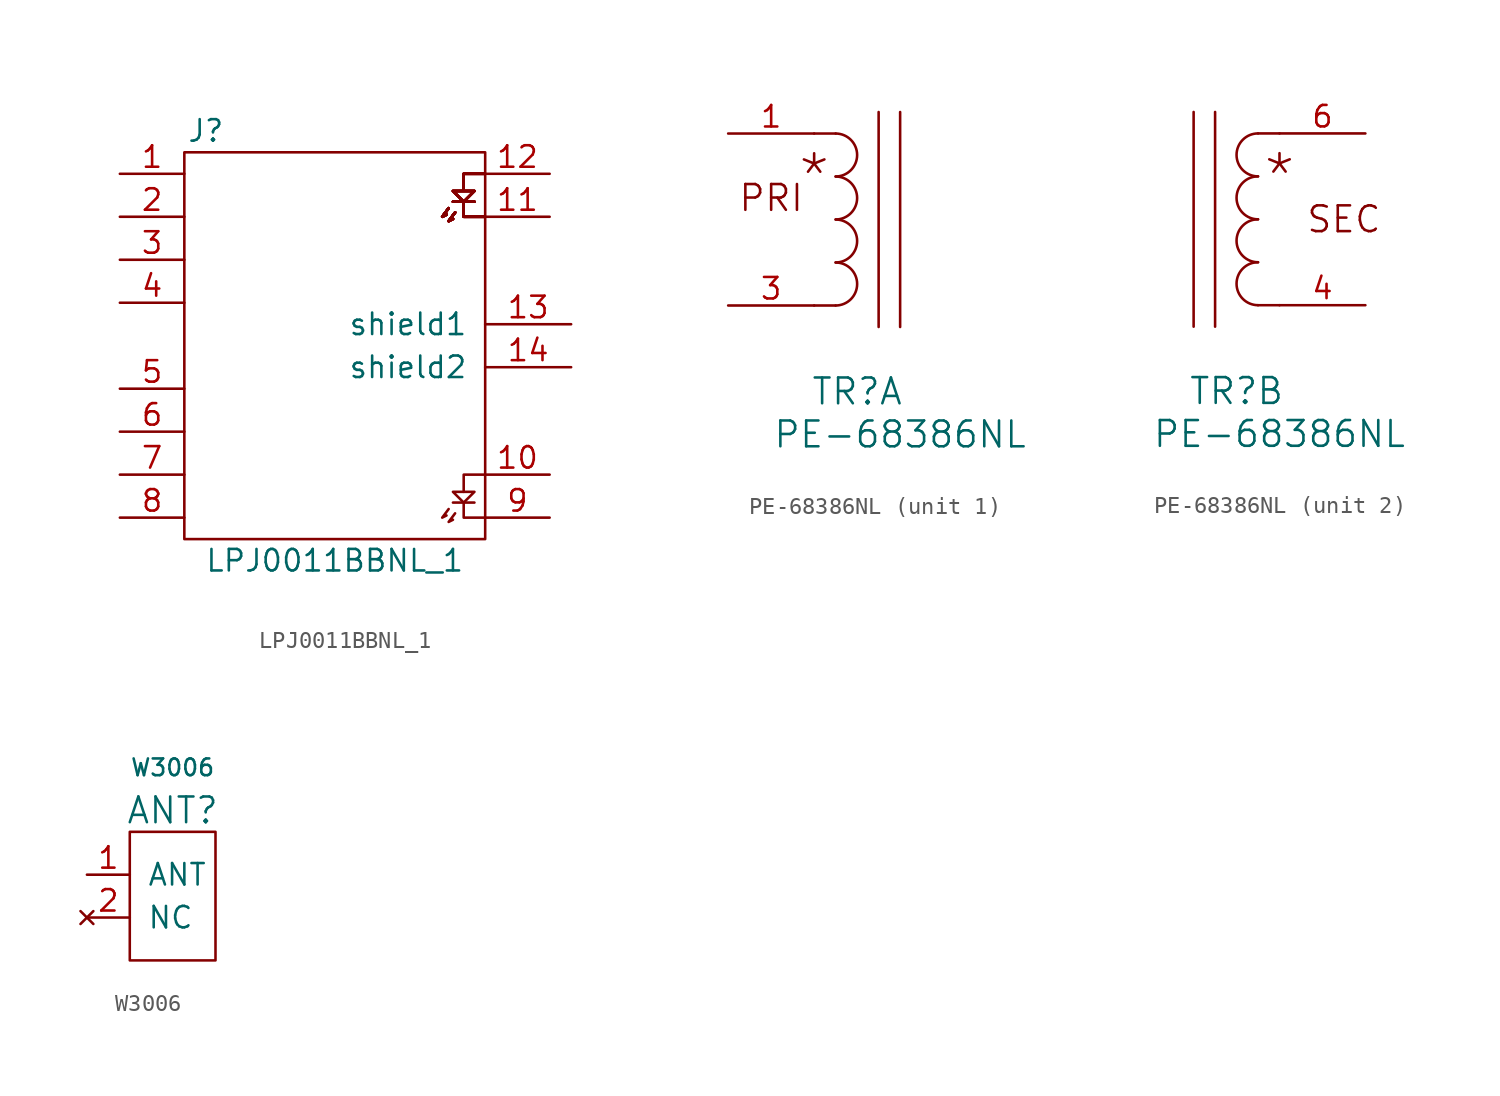
<source format=kicad_sym>
(kicad_symbol_lib
  (version 20220914)
  (generator kicad_symbol_editor)
  (symbol "LPJ0011BBNL_1"
    (pin_names
      (offset 1.016))
    (property "Reference" "J"
      (at -7.62 12.7 0)
      (effects (font (size 1.27 1.27))))
    (property "Value" "LPJ0011BBNL_1"
      (at 0 -12.7 0)
      (effects (font (size 1.27 1.27))))
    (property "Footprint" ""
      (at -1.27 0 90)
      (effects (font (size 1.27 1.27))))
    (property "Datasheet" ""
      (at -1.27 0 90)
      (effects (font (size 1.27 1.27))))
    (symbol "LPJ0011BBNL_1_0_1"
      (rectangle (start -8.89 11.43) (end 8.89 -11.43) (stroke (width 0) (type solid)) (fill (type none)))
      (polyline (pts (xy 8.255 -9.271) (xy 6.985 -9.271)) (stroke (width 0) (type solid)) (fill (type none)))
      (polyline (pts (xy 6.731 -9.652) (xy 6.35 -10.16) (xy 6.604 -10.033)) (stroke (width 0) (type solid)) (fill (type none)))
      (polyline (pts (xy 6.731 8.128) (xy 6.35 7.62) (xy 6.604 7.747)) (stroke (width 0) (type solid)) (fill (type none)))
      (polyline (pts (xy 6.731 8.128) (xy 6.35 7.62) (xy 6.604 7.747)) (stroke (width 0) (type solid)) (fill (type none)))
      (polyline (pts (xy 6.731 8.128) (xy 6.35 7.62) (xy 6.604 7.747)) (stroke (width 0) (type solid)) (fill (type none)))
      (polyline (pts (xy 6.731 8.128) (xy 6.35 7.62) (xy 6.604 7.747)) (stroke (width 0) (type solid)) (fill (type none)))
      (polyline (pts (xy 6.731 8.128) (xy 6.35 7.62) (xy 6.604 7.747)) (stroke (width 0) (type solid)) (fill (type none)))
      (polyline (pts (xy 6.731 8.128) (xy 6.35 7.62) (xy 6.604 7.747)) (stroke (width 0) (type solid)) (fill (type none)))
      (polyline (pts (xy 6.731 8.128) (xy 6.35 7.62) (xy 6.604 7.747)) (stroke (width 0) (type solid)) (fill (type none)))
      (polyline (pts (xy 6.731 8.128) (xy 6.35 7.62) (xy 6.604 7.747)) (stroke (width 0) (type solid)) (fill (type none)))
      (polyline (pts (xy 6.731 8.128) (xy 6.35 7.62) (xy 6.604 7.747)) (stroke (width 0) (type solid)) (fill (type none)))
      (polyline (pts (xy 6.731 8.128) (xy 6.35 7.62) (xy 6.604 7.747)) (stroke (width 0) (type solid)) (fill (type none)))
      (polyline (pts (xy 6.731 8.128) (xy 6.35 7.62) (xy 6.604 7.747)) (stroke (width 0) (type solid)) (fill (type none)))
      (polyline (pts (xy 6.731 8.128) (xy 6.35 7.62) (xy 6.604 7.747)) (stroke (width 0) (type solid)) (fill (type none)))
      (polyline (pts (xy 6.731 8.128) (xy 6.35 7.62) (xy 6.604 7.747)) (stroke (width 0) (type solid)) (fill (type none)))
      (polyline (pts (xy 6.731 8.128) (xy 6.35 7.62) (xy 6.604 7.747)) (stroke (width 0) (type solid)) (fill (type none)))
      (polyline (pts (xy 6.731 8.128) (xy 6.35 7.62) (xy 6.604 7.747)) (stroke (width 0) (type solid)) (fill (type none)))
      (polyline (pts (xy 6.731 8.128) (xy 6.35 7.62) (xy 6.604 7.747)) (stroke (width 0) (type solid)) (fill (type none)))
      (polyline (pts (xy 7.112 -9.906) (xy 6.731 -10.414) (xy 6.985 -10.287)) (stroke (width 0) (type solid)) (fill (type none)))
      (polyline (pts (xy 7.112 7.874) (xy 6.731 7.366) (xy 6.985 7.493)) (stroke (width 0) (type solid)) (fill (type none)))
      (polyline (pts (xy 7.112 7.874) (xy 6.731 7.366) (xy 6.985 7.493)) (stroke (width 0) (type solid)) (fill (type none)))
      (polyline (pts (xy 7.112 7.874) (xy 6.731 7.366) (xy 6.985 7.493)) (stroke (width 0) (type solid)) (fill (type none)))
      (polyline (pts (xy 7.112 7.874) (xy 6.731 7.366) (xy 6.985 7.493)) (stroke (width 0) (type solid)) (fill (type none)))
      (polyline (pts (xy 7.112 7.874) (xy 6.731 7.366) (xy 6.985 7.493)) (stroke (width 0) (type solid)) (fill (type none)))
      (polyline (pts (xy 7.112 7.874) (xy 6.731 7.366) (xy 6.985 7.493)) (stroke (width 0) (type solid)) (fill (type none)))
      (polyline (pts (xy 7.112 7.874) (xy 6.731 7.366) (xy 6.985 7.493)) (stroke (width 0) (type solid)) (fill (type none)))
      (polyline (pts (xy 7.112 7.874) (xy 6.731 7.366) (xy 6.985 7.493)) (stroke (width 0) (type solid)) (fill (type none)))
      (polyline (pts (xy 7.112 7.874) (xy 6.731 7.366) (xy 6.985 7.493)) (stroke (width 0) (type solid)) (fill (type none)))
      (polyline (pts (xy 7.112 7.874) (xy 6.731 7.366) (xy 6.985 7.493)) (stroke (width 0) (type solid)) (fill (type none)))
      (polyline (pts (xy 7.112 7.874) (xy 6.731 7.366) (xy 6.985 7.493)) (stroke (width 0) (type solid)) (fill (type none)))
      (polyline (pts (xy 7.112 7.874) (xy 6.731 7.366) (xy 6.985 7.493)) (stroke (width 0) (type solid)) (fill (type none)))
      (polyline (pts (xy 7.112 7.874) (xy 6.731 7.366) (xy 6.985 7.493)) (stroke (width 0) (type solid)) (fill (type none)))
      (polyline (pts (xy 7.112 7.874) (xy 6.731 7.366) (xy 6.985 7.493)) (stroke (width 0) (type solid)) (fill (type none)))
      (polyline (pts (xy 7.112 7.874) (xy 6.731 7.366) (xy 6.985 7.493)) (stroke (width 0) (type solid)) (fill (type none)))
      (polyline (pts (xy 7.112 7.874) (xy 6.731 7.366) (xy 6.985 7.493)) (stroke (width 0) (type solid)) (fill (type none)))
      (polyline (pts (xy 7.62 -9.271) (xy 7.62 -10.16) (xy 8.89 -10.16)) (stroke (width 0) (type solid)) (fill (type none)))
      (polyline (pts (xy 8.89 -7.62) (xy 7.62 -7.62) (xy 7.62 -8.636)) (stroke (width 0) (type solid)) (fill (type none)))
      (polyline (pts (xy 8.89 7.62) (xy 7.62 7.62) (xy 7.62 8.128)) (stroke (width 0) (type solid)) (fill (type none)))
      (polyline (pts (xy 8.89 7.62) (xy 7.62 7.62) (xy 7.62 8.128)) (stroke (width 0) (type solid)) (fill (type none)))
      (polyline (pts (xy 8.89 7.62) (xy 7.62 7.62) (xy 7.62 8.128)) (stroke (width 0) (type solid)) (fill (type none)))
      (polyline (pts (xy 8.89 7.62) (xy 7.62 7.62) (xy 7.62 8.128)) (stroke (width 0) (type solid)) (fill (type none)))
      (polyline (pts (xy 8.89 7.62) (xy 7.62 7.62) (xy 7.62 8.128)) (stroke (width 0) (type solid)) (fill (type none)))
      (polyline (pts (xy 8.89 7.62) (xy 7.62 7.62) (xy 7.62 8.128)) (stroke (width 0) (type solid)) (fill (type none)))
      (polyline (pts (xy 8.89 7.62) (xy 7.62 7.62) (xy 7.62 8.128)) (stroke (width 0) (type solid)) (fill (type none)))
      (polyline (pts (xy 8.89 7.62) (xy 7.62 7.62) (xy 7.62 8.128)) (stroke (width 0) (type solid)) (fill (type none)))
      (polyline (pts (xy 8.89 10.16) (xy 7.62 10.16) (xy 7.62 9.652)) (stroke (width 0) (type solid)) (fill (type none)))
      (polyline (pts (xy 8.89 10.16) (xy 7.62 10.16) (xy 7.62 9.652)) (stroke (width 0) (type solid)) (fill (type none)))
      (polyline (pts (xy 8.89 10.16) (xy 7.62 10.16) (xy 7.62 9.652)) (stroke (width 0) (type solid)) (fill (type none)))
      (polyline (pts (xy 8.89 10.16) (xy 7.62 10.16) (xy 7.62 9.652)) (stroke (width 0) (type solid)) (fill (type none)))
      (polyline (pts (xy 8.89 10.16) (xy 7.62 10.16) (xy 7.62 9.652)) (stroke (width 0) (type solid)) (fill (type none)))
      (polyline (pts (xy 8.89 10.16) (xy 7.62 10.16) (xy 7.62 9.652)) (stroke (width 0) (type solid)) (fill (type none)))
      (polyline (pts (xy 8.89 10.16) (xy 7.62 10.16) (xy 7.62 9.652)) (stroke (width 0) (type solid)) (fill (type none)))
      (polyline (pts (xy 8.89 10.16) (xy 7.62 10.16) (xy 7.62 9.652)) (stroke (width 0) (type solid)) (fill (type none)))
      (polyline (pts (xy 8.255 8.509) (xy 6.985 8.509) (xy 7.62 8.509) (xy 7.62 7.874)) (stroke (width 0) (type solid)) (fill (type none)))
      (polyline (pts (xy 8.255 8.509) (xy 6.985 8.509) (xy 7.62 8.509) (xy 7.62 7.874)) (stroke (width 0) (type solid)) (fill (type none)))
      (polyline (pts (xy 8.255 8.509) (xy 6.985 8.509) (xy 7.62 8.509) (xy 7.62 7.874)) (stroke (width 0) (type solid)) (fill (type none)))
      (polyline (pts (xy 8.255 8.509) (xy 6.985 8.509) (xy 7.62 8.509) (xy 7.62 7.874)) (stroke (width 0) (type solid)) (fill (type none)))
      (polyline (pts (xy 8.255 8.509) (xy 6.985 8.509) (xy 7.62 8.509) (xy 7.62 7.874)) (stroke (width 0) (type solid)) (fill (type none)))
      (polyline (pts (xy 8.255 8.509) (xy 6.985 8.509) (xy 7.62 8.509) (xy 7.62 7.874)) (stroke (width 0) (type solid)) (fill (type none)))
      (polyline (pts (xy 8.255 8.509) (xy 6.985 8.509) (xy 7.62 8.509) (xy 7.62 7.874)) (stroke (width 0) (type solid)) (fill (type none)))
      (polyline (pts (xy 8.255 8.509) (xy 6.985 8.509) (xy 7.62 8.509) (xy 7.62 7.874)) (stroke (width 0) (type solid)) (fill (type none)))
      (polyline (pts (xy 7.62 -8.636) (xy 8.255 -8.636) (xy 7.62 -9.271) (xy 6.985 -8.636) (xy 7.62 -8.636)) (stroke (width 0) (type solid)) (fill (type none)))
      (polyline (pts (xy 7.62 9.779) (xy 7.62 9.144) (xy 8.255 9.144) (xy 7.62 8.509) (xy 6.985 9.144) (xy 7.62 9.144)) (stroke (width 0) (type solid)) (fill (type none)))
      (polyline (pts (xy 7.62 9.779) (xy 7.62 9.144) (xy 8.255 9.144) (xy 7.62 8.509) (xy 6.985 9.144) (xy 7.62 9.144)) (stroke (width 0) (type solid)) (fill (type none)))
      (polyline (pts (xy 7.62 9.779) (xy 7.62 9.144) (xy 8.255 9.144) (xy 7.62 8.509) (xy 6.985 9.144) (xy 7.62 9.144)) (stroke (width 0) (type solid)) (fill (type none)))
      (polyline (pts (xy 7.62 9.779) (xy 7.62 9.144) (xy 8.255 9.144) (xy 7.62 8.509) (xy 6.985 9.144) (xy 7.62 9.144)) (stroke (width 0) (type solid)) (fill (type none)))
      (polyline (pts (xy 7.62 9.779) (xy 7.62 9.144) (xy 8.255 9.144) (xy 7.62 8.509) (xy 6.985 9.144) (xy 7.62 9.144)) (stroke (width 0) (type solid)) (fill (type none)))
      (polyline (pts (xy 7.62 9.779) (xy 7.62 9.144) (xy 8.255 9.144) (xy 7.62 8.509) (xy 6.985 9.144) (xy 7.62 9.144)) (stroke (width 0) (type solid)) (fill (type none)))
      (polyline (pts (xy 7.62 9.779) (xy 7.62 9.144) (xy 8.255 9.144) (xy 7.62 8.509) (xy 6.985 9.144) (xy 7.62 9.144)) (stroke (width 0) (type solid)) (fill (type none)))
      (polyline (pts (xy 7.62 9.779) (xy 7.62 9.144) (xy 8.255 9.144) (xy 7.62 8.509) (xy 6.985 9.144) (xy 7.62 9.144)) (stroke (width 0) (type solid)) (fill (type none))))
    (symbol "LPJ0011BBNL_1_1_1"
      (pin passive line (at -12.7 10.16 0) (length 3.81) (name "~" (effects (font (size 1.27 1.27)))) (number "1" (effects (font (size 1.27 1.27)))))
      (pin passive line (at 12.7 -7.62 180) (length 3.81) (name "~" (effects (font (size 1.27 1.27)))) (number "10" (effects (font (size 1.27 1.27)))))
      (pin passive line (at 12.7 7.62 180) (length 3.81) (name "~" (effects (font (size 1.27 1.27)))) (number "11" (effects (font (size 1.27 1.27)))))
      (pin passive line (at 12.7 10.16 180) (length 3.81) (name "~" (effects (font (size 1.27 1.27)))) (number "12" (effects (font (size 1.27 1.27)))))
      (pin passive line (at 13.97 1.27 180) (length 5.08) (name "shield1" (effects (font (size 1.27 1.27)))) (number "13" (effects (font (size 1.27 1.27)))))
      (pin passive line (at 13.97 -1.27 180) (length 5.08) (name "shield2" (effects (font (size 1.27 1.27)))) (number "14" (effects (font (size 1.27 1.27)))))
      (pin passive line (at -12.7 7.62 0) (length 3.81) (name "~" (effects (font (size 1.27 1.27)))) (number "2" (effects (font (size 1.27 1.27)))))
      (pin passive line (at -12.7 5.08 0) (length 3.81) (name "~" (effects (font (size 1.27 1.27)))) (number "3" (effects (font (size 1.27 1.27)))))
      (pin passive line (at -12.7 2.54 0) (length 3.81) (name "~" (effects (font (size 1.27 1.27)))) (number "4" (effects (font (size 1.27 1.27)))))
      (pin passive line (at -12.7 -2.54 0) (length 3.81) (name "~" (effects (font (size 1.27 1.27)))) (number "5" (effects (font (size 1.27 1.27)))))
      (pin passive line (at -12.7 -5.08 0) (length 3.81) (name "~" (effects (font (size 1.27 1.27)))) (number "6" (effects (font (size 1.27 1.27)))))
      (pin passive line (at -12.7 -7.62 0) (length 3.81) (name "~" (effects (font (size 1.27 1.27)))) (number "7" (effects (font (size 1.27 1.27)))))
      (pin passive line (at -12.7 -10.16 0) (length 3.81) (name "~" (effects (font (size 1.27 1.27)))) (number "8" (effects (font (size 1.27 1.27)))))
      (pin passive line (at 12.7 -10.16 180) (length 3.81) (name "~" (effects (font (size 1.27 1.27)))) (number "9" (effects (font (size 1.27 1.27)))))))
  (symbol "PE-68386NL"
    (pin_names
      (offset 1.016) hide)
    (property "Reference" "TR"
      (at 2.54 -2.54 0)
      (effects (font (size 1.524 1.524))))
    (property "Value" "PE-68386NL"
      (at 5.08 -5.08 0)
      (effects (font (size 1.524 1.524))))
    (property "ki_locked" ""
      (at 0 0 0)
      (effects (font (size 1.27 1.27))))
    (symbol "PE-68386NL_1_1"
      (polyline (pts (xy 0 2.54) (xy 1.27 2.54)) (stroke (width 0) (type solid)) (fill (type none)))
      (polyline (pts (xy 0 12.7) (xy 1.27 12.7)) (stroke (width 0) (type solid)) (fill (type none)))
      (polyline (pts (xy 3.81 13.97) (xy 3.81 1.27)) (stroke (width 0) (type solid)) (fill (type none)))
      (polyline (pts (xy 5.08 13.97) (xy 5.08 1.27)) (stroke (width 0) (type solid)) (fill (type none)))
      (arc (start 1.27 2.54) (mid 2.5345 3.81) (end 1.27 5.08) (stroke (width 0) (type solid)) (fill (type none)))
      (arc (start 1.27 5.08) (mid 2.5345 6.35) (end 1.27 7.62) (stroke (width 0) (type solid)) (fill (type none)))
      (arc (start 1.27 7.62) (mid 2.5345 8.89) (end 1.27 10.16) (stroke (width 0) (type solid)) (fill (type none)))
      (arc (start 1.27 10.16) (mid 2.5345 11.43) (end 1.27 12.7) (stroke (width 0) (type solid)) (fill (type none)))
      (text "*" (at 0 10.16 0) (effects (font (size 2.54 2.54))))
      (text "PRI" (at -2.54 8.89 0) (effects (font (size 1.524 1.524))))
      (pin passive line (at -5.08 12.7 0) (length 5.08) (name "1" (effects (font (size 1.27 1.27)))) (number "1" (effects (font (size 1.27 1.27)))))
      (pin passive line (at -5.08 2.54 0) (length 5.08) (name "3" (effects (font (size 1.27 1.27)))) (number "3" (effects (font (size 1.27 1.27))))))
    (symbol "PE-68386NL_2_1"
      (polyline (pts (xy 0 13.97) (xy 0 1.27)) (stroke (width 0) (type solid)) (fill (type none)))
      (polyline (pts (xy 1.27 1.27) (xy 1.27 13.97)) (stroke (width 0) (type solid)) (fill (type none)))
      (polyline (pts (xy 5.08 2.54) (xy 3.81 2.54)) (stroke (width 0) (type solid)) (fill (type none)))
      (polyline (pts (xy 5.08 12.7) (xy 3.81 12.7)) (stroke (width 0) (type solid)) (fill (type none)))
      (arc (start 3.81 5.08) (mid 2.5455 3.81) (end 3.81 2.54) (stroke (width 0) (type solid)) (fill (type none)))
      (arc (start 3.81 7.62) (mid 2.5455 6.35) (end 3.81 5.08) (stroke (width 0) (type solid)) (fill (type none)))
      (arc (start 3.81 10.16) (mid 2.5455 8.89) (end 3.81 7.62) (stroke (width 0) (type solid)) (fill (type none)))
      (arc (start 3.81 12.7) (mid 2.5455 11.43) (end 3.81 10.16) (stroke (width 0) (type solid)) (fill (type none)))
      (text "*" (at 5.08 10.16 0) (effects (font (size 2.54 2.54))))
      (text "SEC" (at 8.89 7.62 0) (effects (font (size 1.524 1.524))))
      (pin passive line (at 10.16 2.54 180) (length 5.08) (name "4" (effects (font (size 1.27 1.27)))) (number "4" (effects (font (size 1.27 1.27)))))
      (pin passive line (at 10.16 12.7 180) (length 5.08) (name "6" (effects (font (size 1.27 1.27)))) (number "6" (effects (font (size 1.27 1.27)))))))
  (symbol "W3006"
    (pin_names
      (offset 1.016))
    (property "Reference" "ANT"
      (at 0 8.89 0)
      (effects (font (size 1.524 1.524))))
    (property "Value" "W3006"
      (at 0 11.43 0)
      (effects (font (size 0.991 0.991))))
    (property "Footprint" ""
      (at 0 0 0)
      (effects (font (size 1.524 1.524))))
    (property "Datasheet" ""
      (at 0 0 0)
      (effects (font (size 1.524 1.524))))
    (symbol "W3006_0_1"
      (rectangle (start 2.54 7.62) (end -2.54 0) (stroke (width 0) (type solid)) (fill (type none))))
    (symbol "W3006_1_1"
      (pin input line (at -5.08 5.08 0) (length 2.54) (name "ANT" (effects (font (size 1.27 1.27)))) (number "1" (effects (font (size 1.27 1.27)))))
      (pin no_connect line (at -5.08 2.54 0) (length 2.54) (name "NC" (effects (font (size 1.27 1.27)))) (number "2" (effects (font (size 1.27 1.27))))))))
</source>
